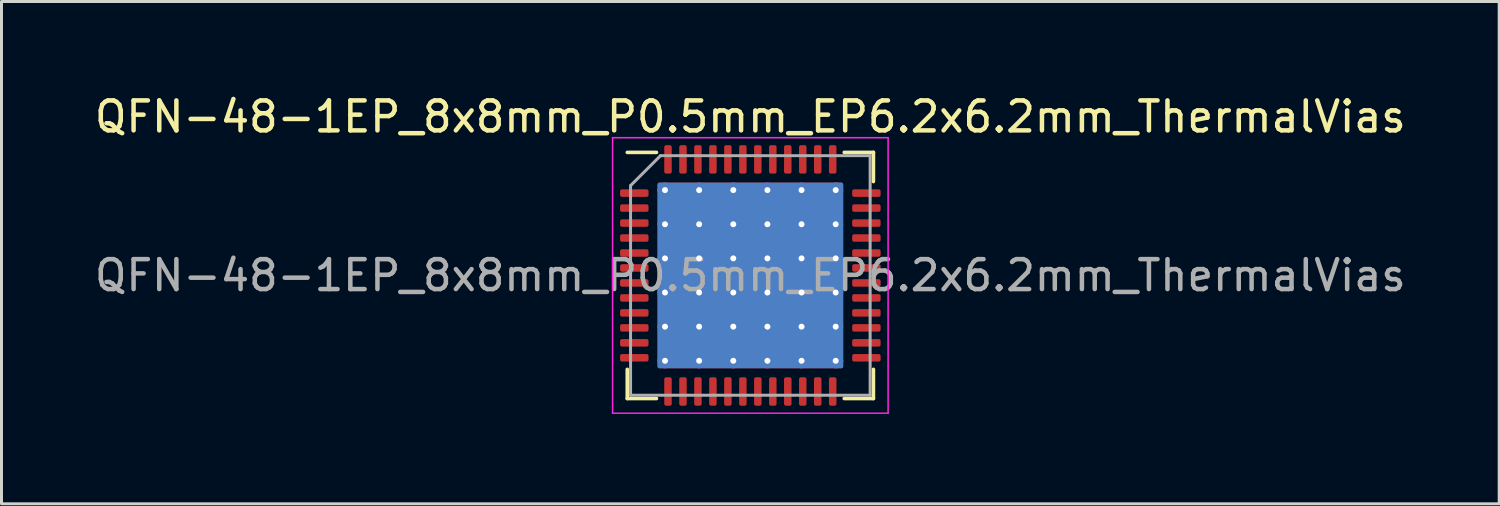
<source format=kicad_pcb>
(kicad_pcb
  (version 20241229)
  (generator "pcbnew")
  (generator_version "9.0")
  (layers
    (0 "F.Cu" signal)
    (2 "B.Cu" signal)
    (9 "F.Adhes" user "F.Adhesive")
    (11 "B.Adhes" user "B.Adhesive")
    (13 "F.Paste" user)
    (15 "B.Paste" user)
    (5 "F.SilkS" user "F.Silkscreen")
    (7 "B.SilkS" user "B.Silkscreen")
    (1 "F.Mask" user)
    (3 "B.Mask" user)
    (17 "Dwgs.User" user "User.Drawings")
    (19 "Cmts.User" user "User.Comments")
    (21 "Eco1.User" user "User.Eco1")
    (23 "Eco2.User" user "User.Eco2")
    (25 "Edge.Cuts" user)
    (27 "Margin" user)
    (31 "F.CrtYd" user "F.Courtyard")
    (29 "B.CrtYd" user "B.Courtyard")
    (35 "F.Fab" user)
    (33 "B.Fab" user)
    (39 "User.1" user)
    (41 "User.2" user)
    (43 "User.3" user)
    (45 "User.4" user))
  (footprint "QFN-48-1EP_8x8mm_P0.5mm_EP6.2x6.2mm_ThermalVias"
    (layer "F.Cu")
    (at 22.006 6.148)
    (property "Reference" "QFN-48-1EP_8x8mm_P0.5mm_EP6.2x6.2mm_ThermalVias" (at 0 -5.3 0) (layer "F.SilkS") (effects (font (size 1 1) (thickness 0.15))))
    (attr smd)
    (fp_line (start -4.11 4.11) (end -4.11 3.135) (stroke (width 0.12) (type solid)) (layer "F.SilkS"))
    (fp_line (start -3.135 -4.11) (end -4.11 -4.11) (stroke (width 0.12) (type solid)) (layer "F.SilkS"))
    (fp_line (start -3.135 4.11) (end -4.11 4.11) (stroke (width 0.12) (type solid)) (layer "F.SilkS"))
    (fp_line (start 3.135 -4.11) (end 4.11 -4.11) (stroke (width 0.12) (type solid)) (layer "F.SilkS"))
    (fp_line (start 3.135 4.11) (end 4.11 4.11) (stroke (width 0.12) (type solid)) (layer "F.SilkS"))
    (fp_line (start 4.11 -4.11) (end 4.11 -3.135) (stroke (width 0.12) (type solid)) (layer "F.SilkS"))
    (fp_line (start 4.11 4.11) (end 4.11 3.135) (stroke (width 0.12) (type solid)) (layer "F.SilkS"))
    (fp_line (start -4.6 -4.6) (end -4.6 4.6) (stroke (width 0.05) (type solid)) (layer "F.CrtYd"))
    (fp_line (start -4.6 4.6) (end 4.6 4.6) (stroke (width 0.05) (type solid)) (layer "F.CrtYd"))
    (fp_line (start 4.6 -4.6) (end -4.6 -4.6) (stroke (width 0.05) (type solid)) (layer "F.CrtYd"))
    (fp_line (start 4.6 4.6) (end 4.6 -4.6) (stroke (width 0.05) (type solid)) (layer "F.CrtYd"))
    (fp_line (start -4 -3) (end -3 -4) (stroke (width 0.1) (type solid)) (layer "F.Fab"))
    (fp_line (start -4 4) (end -4 -3) (stroke (width 0.1) (type solid)) (layer "F.Fab"))
    (fp_line (start -3 -4) (end 4 -4) (stroke (width 0.1) (type solid)) (layer "F.Fab"))
    (fp_line (start 4 -4) (end 4 4) (stroke (width 0.1) (type solid)) (layer "F.Fab"))
    (fp_line (start 4 4) (end -4 4) (stroke (width 0.1) (type solid)) (layer "F.Fab"))
    (fp_text user "${REFERENCE}" (at 0 0 0) (layer "F.Fab") (effects (font (size 1 1) (thickness 0.15))))
    (pad "" smd roundrect (at -2.28 -2.28) (size 0.961 0.961) (layers "F.Paste") (roundrect_rratio 0.25))
    (pad "" smd roundrect (at -2.28 -1.14) (size 0.961 0.961) (layers "F.Paste") (roundrect_rratio 0.25))
    (pad "" smd roundrect (at -2.28 0) (size 0.961 0.961) (layers "F.Paste") (roundrect_rratio 0.25))
    (pad "" smd roundrect (at -2.28 1.14) (size 0.961 0.961) (layers "F.Paste") (roundrect_rratio 0.25))
    (pad "" smd roundrect (at -2.28 2.28) (size 0.961 0.961) (layers "F.Paste") (roundrect_rratio 0.25))
    (pad "" smd roundrect (at -1.14 -2.28) (size 0.961 0.961) (layers "F.Paste") (roundrect_rratio 0.25))
    (pad "" smd roundrect (at -1.14 -1.14) (size 0.961 0.961) (layers "F.Paste") (roundrect_rratio 0.25))
    (pad "" smd roundrect (at -1.14 0) (size 0.961 0.961) (layers "F.Paste") (roundrect_rratio 0.25))
    (pad "" smd roundrect (at -1.14 1.14) (size 0.961 0.961) (layers "F.Paste") (roundrect_rratio 0.25))
    (pad "" smd roundrect (at -1.14 2.28) (size 0.961 0.961) (layers "F.Paste") (roundrect_rratio 0.25))
    (pad "" smd roundrect (at 0 -2.28) (size 0.961 0.961) (layers "F.Paste") (roundrect_rratio 0.25))
    (pad "" smd roundrect (at 0 -1.14) (size 0.961 0.961) (layers "F.Paste") (roundrect_rratio 0.25))
    (pad "" smd roundrect (at 0 0) (size 0.961 0.961) (layers "F.Paste") (roundrect_rratio 0.25))
    (pad "" smd roundrect (at 0 1.14) (size 0.961 0.961) (layers "F.Paste") (roundrect_rratio 0.25))
    (pad "" smd roundrect (at 0 2.28) (size 0.961 0.961) (layers "F.Paste") (roundrect_rratio 0.25))
    (pad "" smd roundrect (at 1.14 -2.28) (size 0.961 0.961) (layers "F.Paste") (roundrect_rratio 0.25))
    (pad "" smd roundrect (at 1.14 -1.14) (size 0.961 0.961) (layers "F.Paste") (roundrect_rratio 0.25))
    (pad "" smd roundrect (at 1.14 0) (size 0.961 0.961) (layers "F.Paste") (roundrect_rratio 0.25))
    (pad "" smd roundrect (at 1.14 1.14) (size 0.961 0.961) (layers "F.Paste") (roundrect_rratio 0.25))
    (pad "" smd roundrect (at 1.14 2.28) (size 0.961 0.961) (layers "F.Paste") (roundrect_rratio 0.25))
    (pad "" smd roundrect (at 2.28 -2.28) (size 0.961 0.961) (layers "F.Paste") (roundrect_rratio 0.25))
    (pad "" smd roundrect (at 2.28 -1.14) (size 0.961 0.961) (layers "F.Paste") (roundrect_rratio 0.25))
    (pad "" smd roundrect (at 2.28 0) (size 0.961 0.961) (layers "F.Paste") (roundrect_rratio 0.25))
    (pad "" smd roundrect (at 2.28 1.14) (size 0.961 0.961) (layers "F.Paste") (roundrect_rratio 0.25))
    (pad "" smd roundrect (at 2.28 2.28) (size 0.961 0.961) (layers "F.Paste") (roundrect_rratio 0.25))
    (pad "1" smd roundrect (at -3.875 -2.75) (size 0.95 0.25) (layers "F.Cu" "F.Mask" "F.Paste") (roundrect_rratio 0.25))
    (pad "2" smd roundrect (at -3.875 -2.25) (size 0.95 0.25) (layers "F.Cu" "F.Mask" "F.Paste") (roundrect_rratio 0.25))
    (pad "3" smd roundrect (at -3.875 -1.75) (size 0.95 0.25) (layers "F.Cu" "F.Mask" "F.Paste") (roundrect_rratio 0.25))
    (pad "4" smd roundrect (at -3.875 -1.25) (size 0.95 0.25) (layers "F.Cu" "F.Mask" "F.Paste") (roundrect_rratio 0.25))
    (pad "5" smd roundrect (at -3.875 -0.75) (size 0.95 0.25) (layers "F.Cu" "F.Mask" "F.Paste") (roundrect_rratio 0.25))
    (pad "6" smd roundrect (at -3.875 -0.25) (size 0.95 0.25) (layers "F.Cu" "F.Mask" "F.Paste") (roundrect_rratio 0.25))
    (pad "7" smd roundrect (at -3.875 0.25) (size 0.95 0.25) (layers "F.Cu" "F.Mask" "F.Paste") (roundrect_rratio 0.25))
    (pad "8" smd roundrect (at -3.875 0.75) (size 0.95 0.25) (layers "F.Cu" "F.Mask" "F.Paste") (roundrect_rratio 0.25))
    (pad "9" smd roundrect (at -3.875 1.25) (size 0.95 0.25) (layers "F.Cu" "F.Mask" "F.Paste") (roundrect_rratio 0.25))
    (pad "10" smd roundrect (at -3.875 1.75) (size 0.95 0.25) (layers "F.Cu" "F.Mask" "F.Paste") (roundrect_rratio 0.25))
    (pad "11" smd roundrect (at -3.875 2.25) (size 0.95 0.25) (layers "F.Cu" "F.Mask" "F.Paste") (roundrect_rratio 0.25))
    (pad "12" smd roundrect (at -3.875 2.75) (size 0.95 0.25) (layers "F.Cu" "F.Mask" "F.Paste") (roundrect_rratio 0.25))
    (pad "13" smd roundrect (at -2.75 3.875) (size 0.25 0.95) (layers "F.Cu" "F.Mask" "F.Paste") (roundrect_rratio 0.25))
    (pad "14" smd roundrect (at -2.25 3.875) (size 0.25 0.95) (layers "F.Cu" "F.Mask" "F.Paste") (roundrect_rratio 0.25))
    (pad "15" smd roundrect (at -1.75 3.875) (size 0.25 0.95) (layers "F.Cu" "F.Mask" "F.Paste") (roundrect_rratio 0.25))
    (pad "16" smd roundrect (at -1.25 3.875) (size 0.25 0.95) (layers "F.Cu" "F.Mask" "F.Paste") (roundrect_rratio 0.25))
    (pad "17" smd roundrect (at -0.75 3.875) (size 0.25 0.95) (layers "F.Cu" "F.Mask" "F.Paste") (roundrect_rratio 0.25))
    (pad "18" smd roundrect (at -0.25 3.875) (size 0.25 0.95) (layers "F.Cu" "F.Mask" "F.Paste") (roundrect_rratio 0.25))
    (pad "19" smd roundrect (at 0.25 3.875) (size 0.25 0.95) (layers "F.Cu" "F.Mask" "F.Paste") (roundrect_rratio 0.25))
    (pad "20" smd roundrect (at 0.75 3.875) (size 0.25 0.95) (layers "F.Cu" "F.Mask" "F.Paste") (roundrect_rratio 0.25))
    (pad "21" smd roundrect (at 1.25 3.875) (size 0.25 0.95) (layers "F.Cu" "F.Mask" "F.Paste") (roundrect_rratio 0.25))
    (pad "22" smd roundrect (at 1.75 3.875) (size 0.25 0.95) (layers "F.Cu" "F.Mask" "F.Paste") (roundrect_rratio 0.25))
    (pad "23" smd roundrect (at 2.25 3.875) (size 0.25 0.95) (layers "F.Cu" "F.Mask" "F.Paste") (roundrect_rratio 0.25))
    (pad "24" smd roundrect (at 2.75 3.875) (size 0.25 0.95) (layers "F.Cu" "F.Mask" "F.Paste") (roundrect_rratio 0.25))
    (pad "25" smd roundrect (at 3.875 2.75) (size 0.95 0.25) (layers "F.Cu" "F.Mask" "F.Paste") (roundrect_rratio 0.25))
    (pad "26" smd roundrect (at 3.875 2.25) (size 0.95 0.25) (layers "F.Cu" "F.Mask" "F.Paste") (roundrect_rratio 0.25))
    (pad "27" smd roundrect (at 3.875 1.75) (size 0.95 0.25) (layers "F.Cu" "F.Mask" "F.Paste") (roundrect_rratio 0.25))
    (pad "28" smd roundrect (at 3.875 1.25) (size 0.95 0.25) (layers "F.Cu" "F.Mask" "F.Paste") (roundrect_rratio 0.25))
    (pad "29" smd roundrect (at 3.875 0.75) (size 0.95 0.25) (layers "F.Cu" "F.Mask" "F.Paste") (roundrect_rratio 0.25))
    (pad "30" smd roundrect (at 3.875 0.25) (size 0.95 0.25) (layers "F.Cu" "F.Mask" "F.Paste") (roundrect_rratio 0.25))
    (pad "31" smd roundrect (at 3.875 -0.25) (size 0.95 0.25) (layers "F.Cu" "F.Mask" "F.Paste") (roundrect_rratio 0.25))
    (pad "32" smd roundrect (at 3.875 -0.75) (size 0.95 0.25) (layers "F.Cu" "F.Mask" "F.Paste") (roundrect_rratio 0.25))
    (pad "33" smd roundrect (at 3.875 -1.25) (size 0.95 0.25) (layers "F.Cu" "F.Mask" "F.Paste") (roundrect_rratio 0.25))
    (pad "34" smd roundrect (at 3.875 -1.75) (size 0.95 0.25) (layers "F.Cu" "F.Mask" "F.Paste") (roundrect_rratio 0.25))
    (pad "35" smd roundrect (at 3.875 -2.25) (size 0.95 0.25) (layers "F.Cu" "F.Mask" "F.Paste") (roundrect_rratio 0.25))
    (pad "36" smd roundrect (at 3.875 -2.75) (size 0.95 0.25) (layers "F.Cu" "F.Mask" "F.Paste") (roundrect_rratio 0.25))
    (pad "37" smd roundrect (at 2.75 -3.875) (size 0.25 0.95) (layers "F.Cu" "F.Mask" "F.Paste") (roundrect_rratio 0.25))
    (pad "38" smd roundrect (at 2.25 -3.875) (size 0.25 0.95) (layers "F.Cu" "F.Mask" "F.Paste") (roundrect_rratio 0.25))
    (pad "39" smd roundrect (at 1.75 -3.875) (size 0.25 0.95) (layers "F.Cu" "F.Mask" "F.Paste") (roundrect_rratio 0.25))
    (pad "40" smd roundrect (at 1.25 -3.875) (size 0.25 0.95) (layers "F.Cu" "F.Mask" "F.Paste") (roundrect_rratio 0.25))
    (pad "41" smd roundrect (at 0.75 -3.875) (size 0.25 0.95) (layers "F.Cu" "F.Mask" "F.Paste") (roundrect_rratio 0.25))
    (pad "42" smd roundrect (at 0.25 -3.875) (size 0.25 0.95) (layers "F.Cu" "F.Mask" "F.Paste") (roundrect_rratio 0.25))
    (pad "43" smd roundrect (at -0.25 -3.875) (size 0.25 0.95) (layers "F.Cu" "F.Mask" "F.Paste") (roundrect_rratio 0.25))
    (pad "44" smd roundrect (at -0.75 -3.875) (size 0.25 0.95) (layers "F.Cu" "F.Mask" "F.Paste") (roundrect_rratio 0.25))
    (pad "45" smd roundrect (at -1.25 -3.875) (size 0.25 0.95) (layers "F.Cu" "F.Mask" "F.Paste") (roundrect_rratio 0.25))
    (pad "46" smd roundrect (at -1.75 -3.875) (size 0.25 0.95) (layers "F.Cu" "F.Mask" "F.Paste") (roundrect_rratio 0.25))
    (pad "47" smd roundrect (at -2.25 -3.875) (size 0.25 0.95) (layers "F.Cu" "F.Mask" "F.Paste") (roundrect_rratio 0.25))
    (pad "48" smd roundrect (at -2.75 -3.875) (size 0.25 0.95) (layers "F.Cu" "F.Mask" "F.Paste") (roundrect_rratio 0.25))
    (pad "49" thru_hole circle (at -2.85 -2.85) (size 0.5 0.5) (drill 0.2) (layers "*.Cu"))
    (pad "49" thru_hole circle (at -2.85 -1.71) (size 0.5 0.5) (drill 0.2) (layers "*.Cu"))
    (pad "49" thru_hole circle (at -2.85 -0.57) (size 0.5 0.5) (drill 0.2) (layers "*.Cu"))
    (pad "49" thru_hole circle (at -2.85 0.57) (size 0.5 0.5) (drill 0.2) (layers "*.Cu"))
    (pad "49" thru_hole circle (at -2.85 1.71) (size 0.5 0.5) (drill 0.2) (layers "*.Cu"))
    (pad "49" thru_hole circle (at -2.85 2.85) (size 0.5 0.5) (drill 0.2) (layers "*.Cu"))
    (pad "49" thru_hole circle (at -1.71 -2.85) (size 0.5 0.5) (drill 0.2) (layers "*.Cu"))
    (pad "49" thru_hole circle (at -1.71 -1.71) (size 0.5 0.5) (drill 0.2) (layers "*.Cu"))
    (pad "49" thru_hole circle (at -1.71 -0.57) (size 0.5 0.5) (drill 0.2) (layers "*.Cu"))
    (pad "49" thru_hole circle (at -1.71 0.57) (size 0.5 0.5) (drill 0.2) (layers "*.Cu"))
    (pad "49" thru_hole circle (at -1.71 1.71) (size 0.5 0.5) (drill 0.2) (layers "*.Cu"))
    (pad "49" thru_hole circle (at -1.71 2.85) (size 0.5 0.5) (drill 0.2) (layers "*.Cu"))
    (pad "49" thru_hole circle (at -0.57 -2.85) (size 0.5 0.5) (drill 0.2) (layers "*.Cu"))
    (pad "49" thru_hole circle (at -0.57 -1.71) (size 0.5 0.5) (drill 0.2) (layers "*.Cu"))
    (pad "49" thru_hole circle (at -0.57 -0.57) (size 0.5 0.5) (drill 0.2) (layers "*.Cu"))
    (pad "49" thru_hole circle (at -0.57 0.57) (size 0.5 0.5) (drill 0.2) (layers "*.Cu"))
    (pad "49" thru_hole circle (at -0.57 1.71) (size 0.5 0.5) (drill 0.2) (layers "*.Cu"))
    (pad "49" thru_hole circle (at -0.57 2.85) (size 0.5 0.5) (drill 0.2) (layers "*.Cu"))
    (pad "49" smd roundrect (at 0 0) (size 6.2 6.2) (layers "F.Cu" "F.Mask") (roundrect_rratio 0.01))
    (pad "49" smd roundrect (at 0 0) (size 6.2 6.2) (layers "B.Cu") (roundrect_rratio 0.01))
    (pad "49" thru_hole circle (at 0.57 -2.85) (size 0.5 0.5) (drill 0.2) (layers "*.Cu"))
    (pad "49" thru_hole circle (at 0.57 -1.71) (size 0.5 0.5) (drill 0.2) (layers "*.Cu"))
    (pad "49" thru_hole circle (at 0.57 -0.57) (size 0.5 0.5) (drill 0.2) (layers "*.Cu"))
    (pad "49" thru_hole circle (at 0.57 0.57) (size 0.5 0.5) (drill 0.2) (layers "*.Cu"))
    (pad "49" thru_hole circle (at 0.57 1.71) (size 0.5 0.5) (drill 0.2) (layers "*.Cu"))
    (pad "49" thru_hole circle (at 0.57 2.85) (size 0.5 0.5) (drill 0.2) (layers "*.Cu"))
    (pad "49" thru_hole circle (at 1.71 -2.85) (size 0.5 0.5) (drill 0.2) (layers "*.Cu"))
    (pad "49" thru_hole circle (at 1.71 -1.71) (size 0.5 0.5) (drill 0.2) (layers "*.Cu"))
    (pad "49" thru_hole circle (at 1.71 -0.57) (size 0.5 0.5) (drill 0.2) (layers "*.Cu"))
    (pad "49" thru_hole circle (at 1.71 0.57) (size 0.5 0.5) (drill 0.2) (layers "*.Cu"))
    (pad "49" thru_hole circle (at 1.71 1.71) (size 0.5 0.5) (drill 0.2) (layers "*.Cu"))
    (pad "49" thru_hole circle (at 1.71 2.85) (size 0.5 0.5) (drill 0.2) (layers "*.Cu"))
    (pad "49" thru_hole circle (at 2.85 -2.85) (size 0.5 0.5) (drill 0.2) (layers "*.Cu"))
    (pad "49" thru_hole circle (at 2.85 -1.71) (size 0.5 0.5) (drill 0.2) (layers "*.Cu"))
    (pad "49" thru_hole circle (at 2.85 -0.57) (size 0.5 0.5) (drill 0.2) (layers "*.Cu"))
    (pad "49" thru_hole circle (at 2.85 0.57) (size 0.5 0.5) (drill 0.2) (layers "*.Cu"))
    (pad "49" thru_hole circle (at 2.85 1.71) (size 0.5 0.5) (drill 0.2) (layers "*.Cu"))
    (pad "49" thru_hole circle (at 2.85 2.85) (size 0.5 0.5) (drill 0.2) (layers "*.Cu")))
  (gr_rect
    (start -3 -3)
    (end 47.012 13.773)
    (stroke (width 0.1) (type default))
    (fill no)
    (layer "Edge.Cuts")))
</source>
